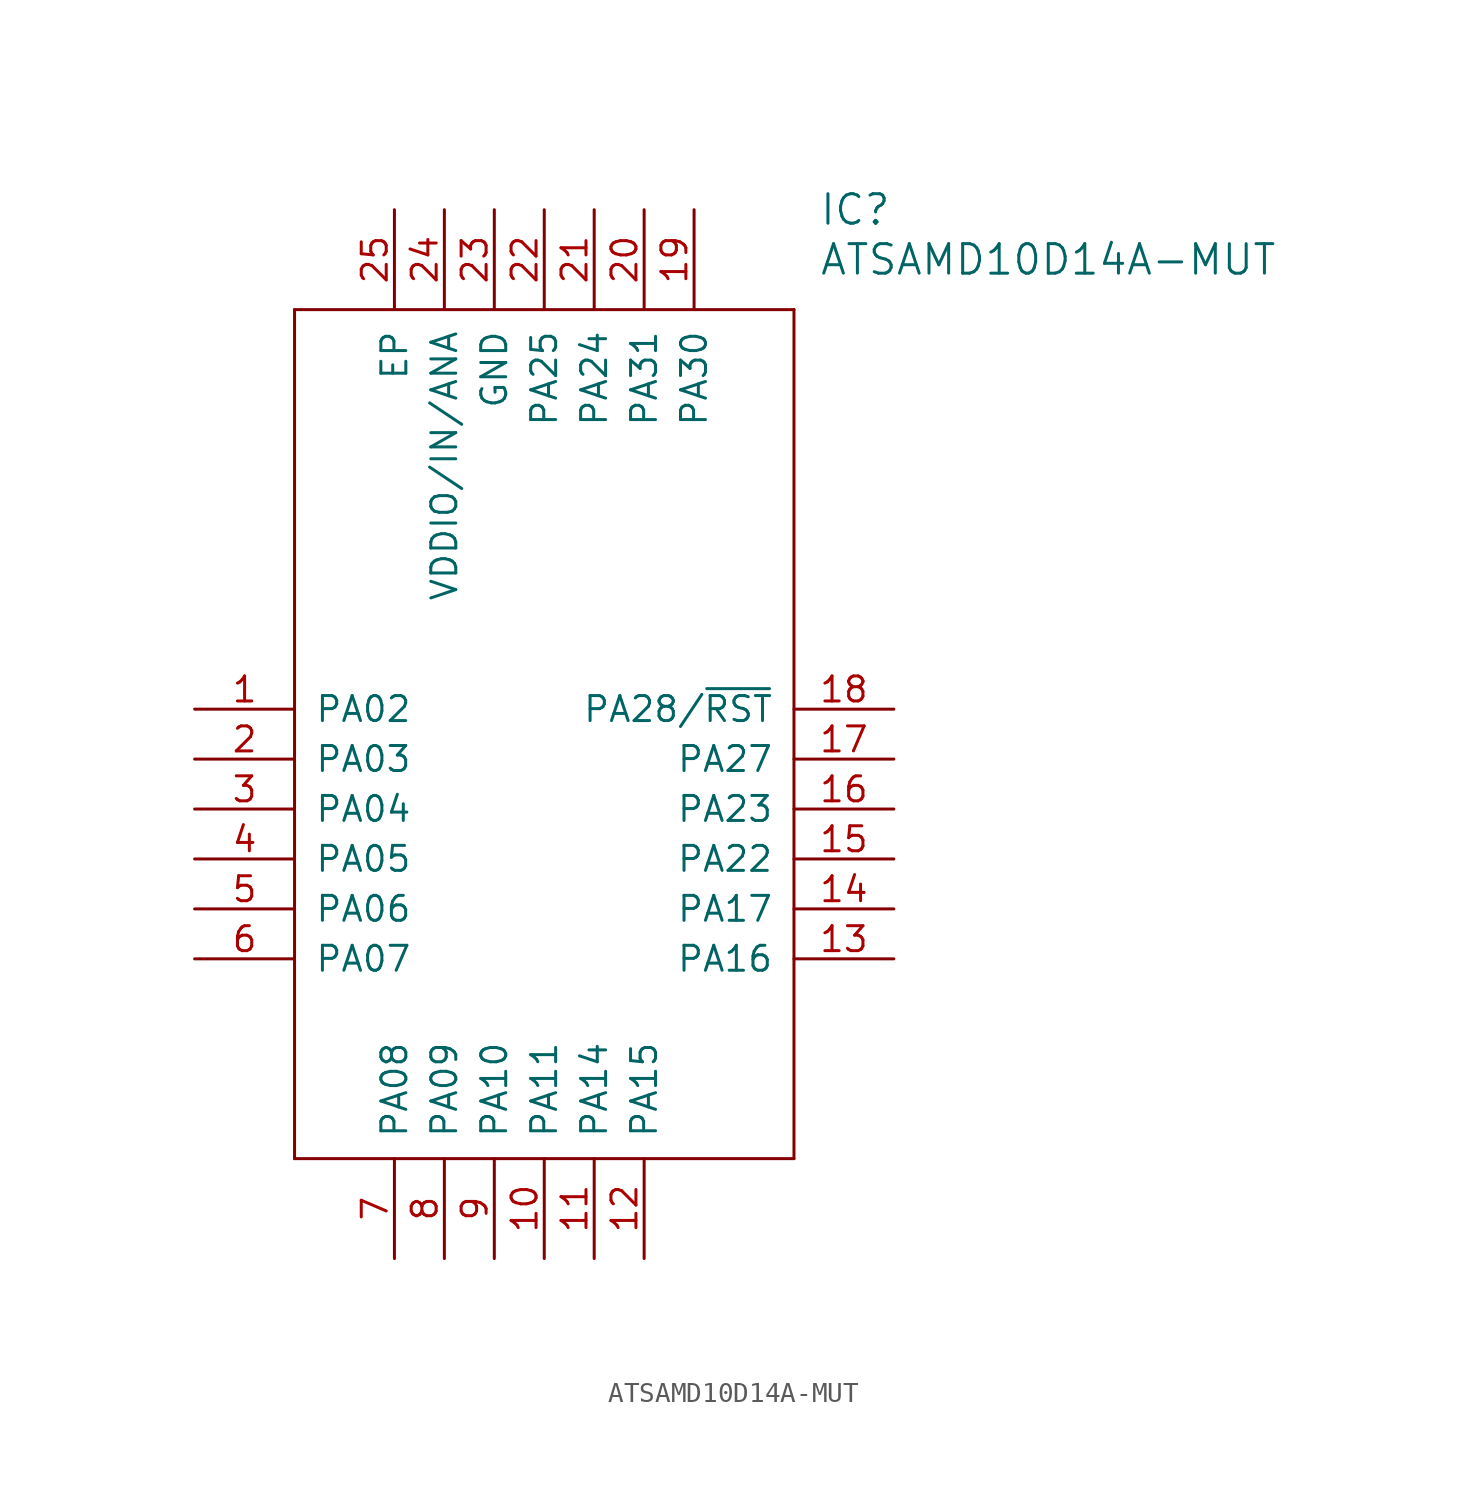
<source format=kicad_sym>
(kicad_symbol_lib
  (version 20211014)
  (generator kicad_symbol_editor)
  (symbol "ATSAMD10D14A-MUT"
    (pin_names
      (offset 1.016))
    (property "Reference" "IC"
      (at 31.75 25.4 0)
      (effects (font (size 1.499 1.499)) (justify left)))
    (property "Value" "ATSAMD10D14A-MUT"
      (at 31.75 22.86 0)
      (effects (font (size 1.499 1.499)) (justify left)))
    (property "ki_locked" ""
      (at 0 0 0)
      (effects (font (size 1.27 1.27))))
    (symbol "ATSAMD10D14A-MUT_1_0"
      (polyline (pts (xy 5.08 20.32) (xy 5.08 -22.86)) (stroke (width 0) (type default) (color 0 0 0 0)) (fill (type none)))
      (polyline (pts (xy 5.08 20.32) (xy 30.48 20.32)) (stroke (width 0) (type default) (color 0 0 0 0)) (fill (type none)))
      (polyline (pts (xy 30.48 -22.86) (xy 5.08 -22.86)) (stroke (width 0) (type default) (color 0 0 0 0)) (fill (type none)))
      (polyline (pts (xy 30.48 -22.86) (xy 30.48 20.32)) (stroke (width 0) (type default) (color 0 0 0 0)) (fill (type none)))
      (pin bidirectional line (at 0 0 0) (length 5.08) (name "PA02" (effects (font (size 1.27 1.27)))) (number "1" (effects (font (size 1.27 1.27)))))
      (pin bidirectional line (at 17.78 -27.94 90) (length 5.08) (name "PA11" (effects (font (size 1.27 1.27)))) (number "10" (effects (font (size 1.27 1.27)))))
      (pin bidirectional line (at 20.32 -27.94 90) (length 5.08) (name "PA14" (effects (font (size 1.27 1.27)))) (number "11" (effects (font (size 1.27 1.27)))))
      (pin bidirectional line (at 22.86 -27.94 90) (length 5.08) (name "PA15" (effects (font (size 1.27 1.27)))) (number "12" (effects (font (size 1.27 1.27)))))
      (pin bidirectional line (at 35.56 -12.7 180) (length 5.08) (name "PA16" (effects (font (size 1.27 1.27)))) (number "13" (effects (font (size 1.27 1.27)))))
      (pin bidirectional line (at 35.56 -10.16 180) (length 5.08) (name "PA17" (effects (font (size 1.27 1.27)))) (number "14" (effects (font (size 1.27 1.27)))))
      (pin bidirectional line (at 35.56 -7.62 180) (length 5.08) (name "PA22" (effects (font (size 1.27 1.27)))) (number "15" (effects (font (size 1.27 1.27)))))
      (pin bidirectional line (at 35.56 -5.08 180) (length 5.08) (name "PA23" (effects (font (size 1.27 1.27)))) (number "16" (effects (font (size 1.27 1.27)))))
      (pin bidirectional line (at 35.56 -2.54 180) (length 5.08) (name "PA27" (effects (font (size 1.27 1.27)))) (number "17" (effects (font (size 1.27 1.27)))))
      (pin bidirectional line (at 35.56 0 180) (length 5.08) (name "PA28/~{RST}" (effects (font (size 1.27 1.27)))) (number "18" (effects (font (size 1.27 1.27)))))
      (pin bidirectional line (at 25.4 25.4 270) (length 5.08) (name "PA30" (effects (font (size 1.27 1.27)))) (number "19" (effects (font (size 1.27 1.27)))))
      (pin bidirectional line (at 0 -2.54 0) (length 5.08) (name "PA03" (effects (font (size 1.27 1.27)))) (number "2" (effects (font (size 1.27 1.27)))))
      (pin bidirectional line (at 22.86 25.4 270) (length 5.08) (name "PA31" (effects (font (size 1.27 1.27)))) (number "20" (effects (font (size 1.27 1.27)))))
      (pin bidirectional line (at 20.32 25.4 270) (length 5.08) (name "PA24" (effects (font (size 1.27 1.27)))) (number "21" (effects (font (size 1.27 1.27)))))
      (pin bidirectional line (at 17.78 25.4 270) (length 5.08) (name "PA25" (effects (font (size 1.27 1.27)))) (number "22" (effects (font (size 1.27 1.27)))))
      (pin bidirectional line (at 15.24 25.4 270) (length 5.08) (name "GND" (effects (font (size 1.27 1.27)))) (number "23" (effects (font (size 1.27 1.27)))))
      (pin bidirectional line (at 12.7 25.4 270) (length 5.08) (name "VDDIO/IN/ANA" (effects (font (size 1.27 1.27)))) (number "24" (effects (font (size 1.27 1.27)))))
      (pin bidirectional line (at 10.16 25.4 270) (length 5.08) (name "EP" (effects (font (size 1.27 1.27)))) (number "25" (effects (font (size 1.27 1.27)))))
      (pin bidirectional line (at 0 -5.08 0) (length 5.08) (name "PA04" (effects (font (size 1.27 1.27)))) (number "3" (effects (font (size 1.27 1.27)))))
      (pin bidirectional line (at 0 -7.62 0) (length 5.08) (name "PA05" (effects (font (size 1.27 1.27)))) (number "4" (effects (font (size 1.27 1.27)))))
      (pin bidirectional line (at 0 -10.16 0) (length 5.08) (name "PA06" (effects (font (size 1.27 1.27)))) (number "5" (effects (font (size 1.27 1.27)))))
      (pin bidirectional line (at 0 -12.7 0) (length 5.08) (name "PA07" (effects (font (size 1.27 1.27)))) (number "6" (effects (font (size 1.27 1.27)))))
      (pin bidirectional line (at 10.16 -27.94 90) (length 5.08) (name "PA08" (effects (font (size 1.27 1.27)))) (number "7" (effects (font (size 1.27 1.27)))))
      (pin bidirectional line (at 12.7 -27.94 90) (length 5.08) (name "PA09" (effects (font (size 1.27 1.27)))) (number "8" (effects (font (size 1.27 1.27)))))
      (pin bidirectional line (at 15.24 -27.94 90) (length 5.08) (name "PA10" (effects (font (size 1.27 1.27)))) (number "9" (effects (font (size 1.27 1.27))))))))
</source>
